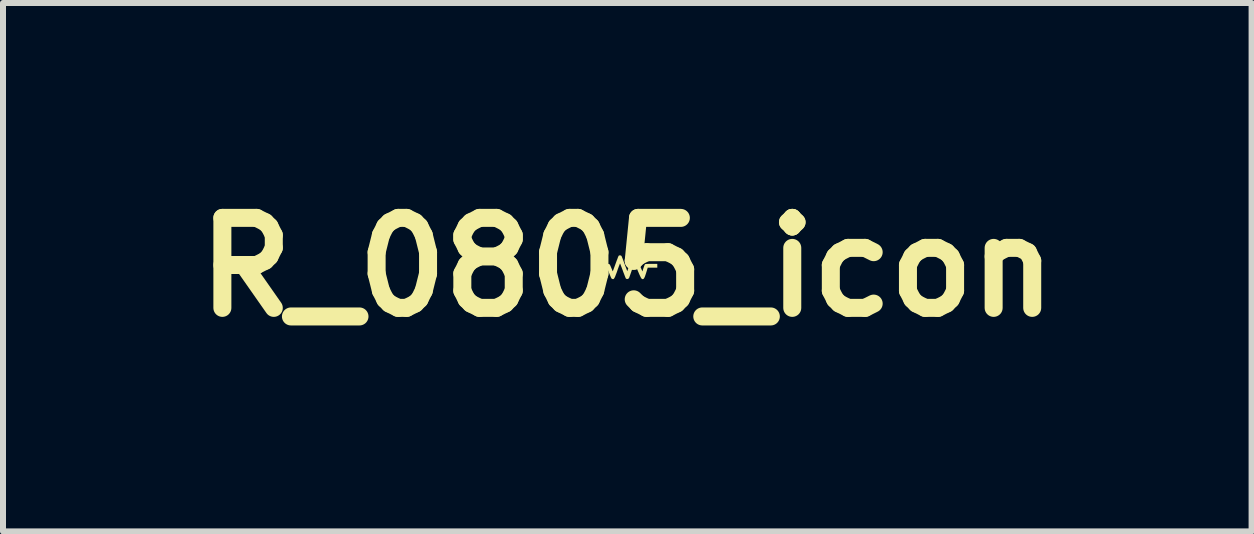
<source format=kicad_pcb>
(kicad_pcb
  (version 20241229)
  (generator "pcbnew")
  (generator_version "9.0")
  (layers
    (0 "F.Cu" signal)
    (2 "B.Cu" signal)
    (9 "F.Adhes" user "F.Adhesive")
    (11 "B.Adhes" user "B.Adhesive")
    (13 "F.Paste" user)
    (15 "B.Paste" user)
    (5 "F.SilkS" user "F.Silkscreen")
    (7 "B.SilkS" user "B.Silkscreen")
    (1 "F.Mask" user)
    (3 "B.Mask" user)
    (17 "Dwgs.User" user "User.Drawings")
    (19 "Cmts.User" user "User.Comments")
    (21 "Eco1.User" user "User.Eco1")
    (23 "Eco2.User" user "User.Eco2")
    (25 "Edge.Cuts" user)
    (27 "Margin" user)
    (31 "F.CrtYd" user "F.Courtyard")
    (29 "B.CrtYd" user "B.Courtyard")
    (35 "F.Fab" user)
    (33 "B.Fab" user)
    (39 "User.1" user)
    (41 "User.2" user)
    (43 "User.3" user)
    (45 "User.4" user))
  (footprint "R_0805_icon"
    (layer "F.Cu")
    (at 7.407 1.404)
    (property "Reference" "R_0805_icon" (at 0 0 0) (layer "F.SilkS") (effects (font (size 1.5 1.5) (thickness 0.3))))
    (attr board_only exclude_from_pos_files exclude_from_bom)
    (fp_poly (pts (xy 0.121 -0.199) (xy 0.126 -0.197) (xy 0.131 -0.193) (xy 0.137 -0.186) (xy 0.143 -0.176) (xy 0.15 -0.162) (xy 0.159 -0.144) (xy 0.17 -0.12) (xy 0.183 -0.09) (xy 0.197 -0.057) (xy 0.252 0.071) (xy 0.269 0.017) (xy 0.276 -0.003) (xy 0.282 -0.021) (xy 0.288 -0.036) (xy 0.293 -0.044) (xy 0.294 -0.046) (xy 0.297 -0.049) (xy 0.3 -0.051) (xy 0.304 -0.052) (xy 0.311 -0.053) (xy 0.322 -0.054) (xy 0.336 -0.054) (xy 0.356 -0.055) (xy 0.382 -0.055) (xy 0.401 -0.055) (xy 0.5 -0.055) (xy 0.5 -0.023) (xy 0.5 0.008) (xy 0.42 0.008) (xy 0.34 0.008) (xy 0.337 0.021) (xy 0.334 0.028) (xy 0.33 0.042) (xy 0.325 0.06) (xy 0.318 0.082) (xy 0.311 0.105) (xy 0.311 0.105) (xy 0.301 0.135) (xy 0.293 0.158) (xy 0.285 0.175) (xy 0.278 0.187) (xy 0.271 0.195) (xy 0.264 0.198) (xy 0.256 0.199) (xy 0.25 0.199) (xy 0.245 0.197) (xy 0.24 0.192) (xy 0.234 0.185) (xy 0.227 0.175) (xy 0.22 0.16) (xy 0.21 0.14) (xy 0.199 0.116) (xy 0.186 0.085) (xy 0.172 0.053) (xy 0.16 0.023) (xy 0.148 -0.004) (xy 0.138 -0.028) (xy 0.129 -0.047) (xy 0.123 -0.062) (xy 0.119 -0.071) (xy 0.117 -0.074) (xy 0.116 -0.07) (xy 0.113 -0.059) (xy 0.107 -0.044) (xy 0.1 -0.024) (xy 0.093 -0.000479) (xy 0.084 0.025) (xy 0.075 0.051) (xy 0.066 0.078) (xy 0.057 0.103) (xy 0.049 0.126) (xy 0.042 0.146) (xy 0.036 0.162) (xy 0.032 0.173) (xy 0.031 0.177) (xy 0.023 0.188) (xy 0.011 0.195) (xy -0.002 0.198) (xy -0.015 0.195) (xy -0.025 0.187) (xy -0.027 0.182) (xy -0.032 0.17) (xy -0.039 0.153) (xy -0.047 0.131) (xy -0.057 0.105) (xy -0.068 0.077) (xy -0.074 0.059) (xy -0.085 0.03) (xy -0.095 0.003) (xy -0.104 -0.02) (xy -0.111 -0.039) (xy -0.117 -0.053) (xy -0.12 -0.061) (xy -0.121 -0.063) (xy -0.123 -0.059) (xy -0.127 -0.049) (xy -0.133 -0.033) (xy -0.141 -0.013) (xy -0.15 0.012) (xy -0.16 0.039) (xy -0.166 0.058) (xy -0.179 0.095) (xy -0.191 0.125) (xy -0.2 0.15) (xy -0.208 0.168) (xy -0.216 0.182) (xy -0.222 0.191) (xy -0.228 0.197) (xy -0.235 0.199) (xy -0.242 0.199) (xy -0.25 0.196) (xy -0.253 0.195) (xy -0.257 0.194) (xy -0.26 0.191) (xy -0.263 0.187) (xy -0.267 0.181) (xy -0.272 0.172) (xy -0.278 0.158) (xy -0.285 0.14) (xy -0.295 0.116) (xy -0.304 0.094) (xy -0.339 0.01) (xy -0.419 0.009) (xy -0.5 0.008) (xy -0.5 -0.024) (xy -0.5 -0.055) (xy -0.401 -0.055) (xy -0.371 -0.055) (xy -0.347 -0.055) (xy -0.33 -0.054) (xy -0.317 -0.054) (xy -0.308 -0.053) (xy -0.302 -0.052) (xy -0.298 -0.05) (xy -0.296 -0.048) (xy -0.294 -0.046) (xy -0.29 -0.039) (xy -0.283 -0.027) (xy -0.276 -0.01) (xy -0.268 0.009) (xy -0.266 0.014) (xy -0.258 0.032) (xy -0.252 0.048) (xy -0.247 0.06) (xy -0.244 0.067) (xy -0.243 0.068) (xy -0.241 0.065) (xy -0.237 0.056) (xy -0.231 0.041) (xy -0.224 0.021) (xy -0.215 -0.003) (xy -0.205 -0.031) (xy -0.196 -0.056) (xy -0.185 -0.086) (xy -0.175 -0.114) (xy -0.165 -0.138) (xy -0.158 -0.159) (xy -0.151 -0.175) (xy -0.147 -0.185) (xy -0.145 -0.189) (xy -0.135 -0.196) (xy -0.121 -0.198) (xy -0.107 -0.194) (xy -0.106 -0.194) (xy -0.104 -0.193) (xy -0.101 -0.191) (xy -0.099 -0.189) (xy -0.097 -0.186) (xy -0.094 -0.182) (xy -0.091 -0.174) (xy -0.087 -0.164) (xy -0.081 -0.15) (xy -0.074 -0.132) (xy -0.066 -0.109) (xy -0.055 -0.08) (xy -0.042 -0.045) (xy -0.028 -0.006) (xy -0.019 0.016) (xy -0.012 0.036) (xy -0.006 0.051) (xy -0.002 0.062) (xy -0.00024 0.066) (xy -0.000151 0.066) (xy 0.001 0.062) (xy 0.005 0.052) (xy 0.01 0.036) (xy 0.017 0.015) (xy 0.026 -0.01) (xy 0.036 -0.038) (xy 0.043 -0.059) (xy 0.056 -0.095) (xy 0.066 -0.124) (xy 0.075 -0.147) (xy 0.082 -0.165) (xy 0.089 -0.179) (xy 0.094 -0.188) (xy 0.1 -0.194) (xy 0.105 -0.198) (xy 0.11 -0.199) (xy 0.115 -0.199)) (stroke (width 0) (type solid)) (fill yes) (layer "F.SilkS")))
  (gr_rect
    (start -3 -3)
    (end 17.814 5.808)
    (stroke (width 0.1) (type default))
    (fill no)
    (layer "Edge.Cuts")))
</source>
